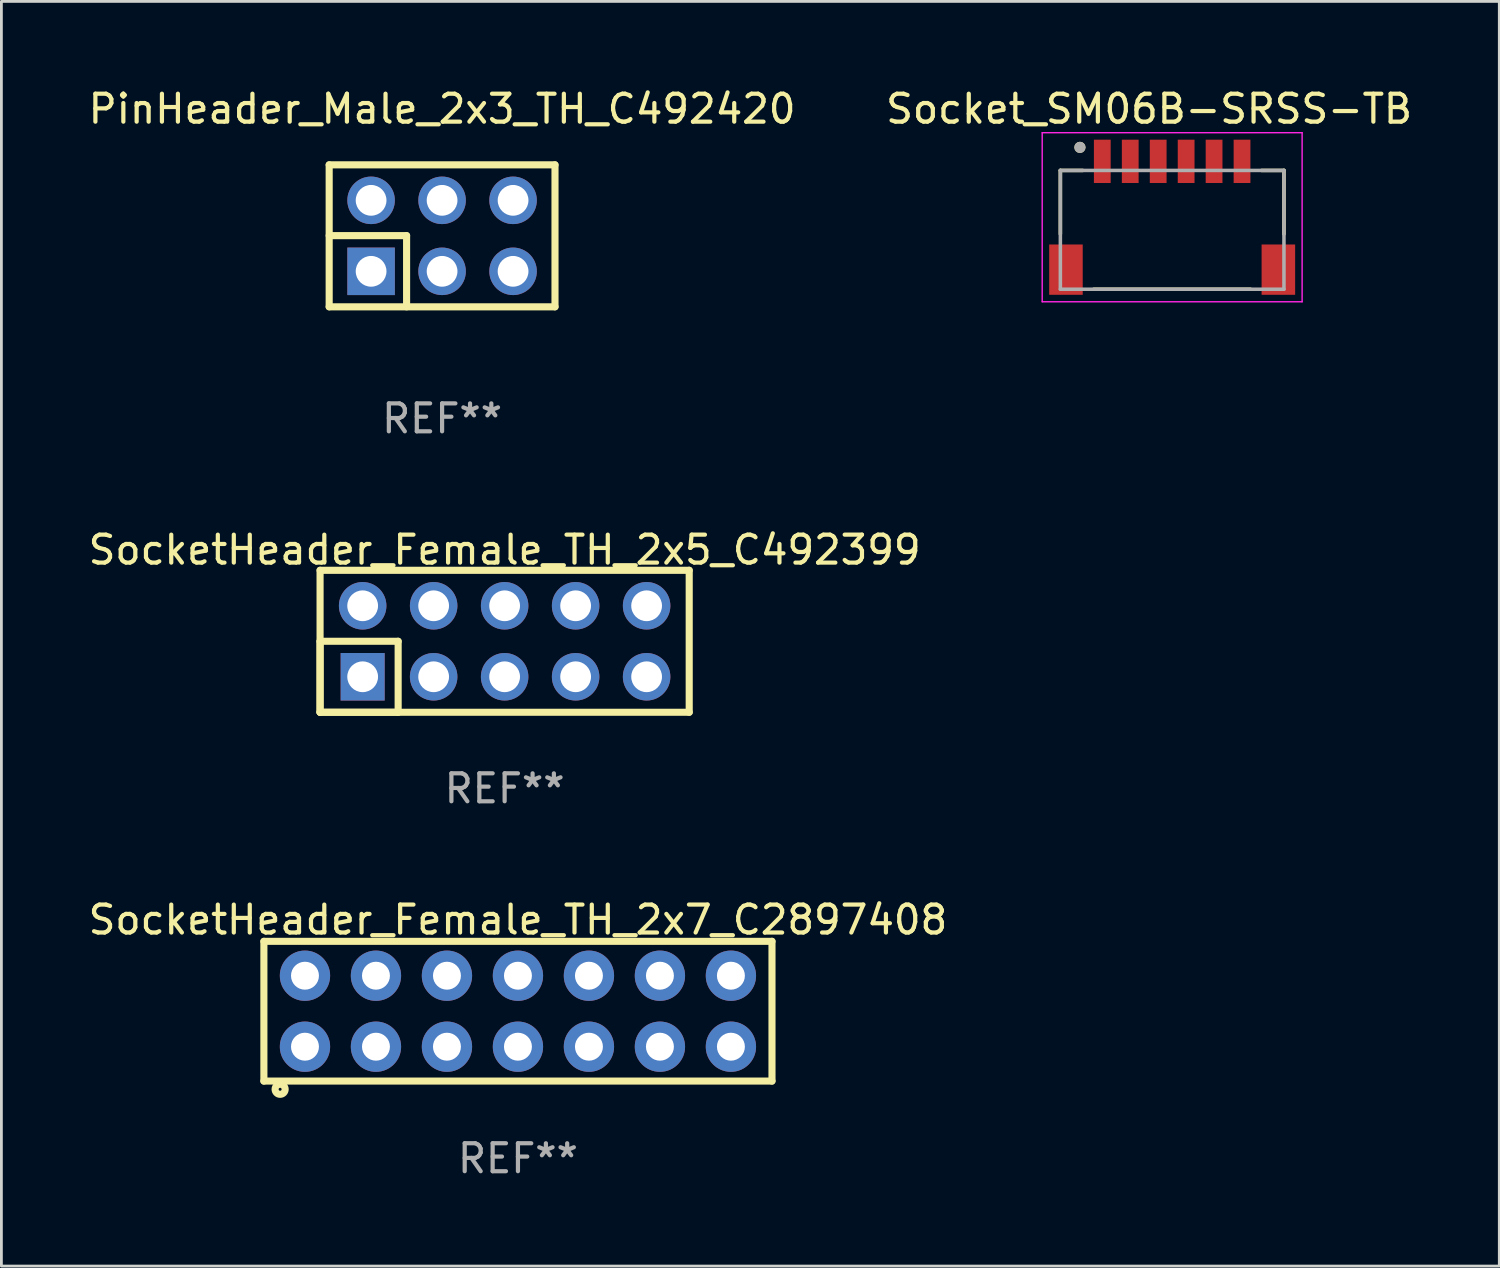
<source format=kicad_pcb>
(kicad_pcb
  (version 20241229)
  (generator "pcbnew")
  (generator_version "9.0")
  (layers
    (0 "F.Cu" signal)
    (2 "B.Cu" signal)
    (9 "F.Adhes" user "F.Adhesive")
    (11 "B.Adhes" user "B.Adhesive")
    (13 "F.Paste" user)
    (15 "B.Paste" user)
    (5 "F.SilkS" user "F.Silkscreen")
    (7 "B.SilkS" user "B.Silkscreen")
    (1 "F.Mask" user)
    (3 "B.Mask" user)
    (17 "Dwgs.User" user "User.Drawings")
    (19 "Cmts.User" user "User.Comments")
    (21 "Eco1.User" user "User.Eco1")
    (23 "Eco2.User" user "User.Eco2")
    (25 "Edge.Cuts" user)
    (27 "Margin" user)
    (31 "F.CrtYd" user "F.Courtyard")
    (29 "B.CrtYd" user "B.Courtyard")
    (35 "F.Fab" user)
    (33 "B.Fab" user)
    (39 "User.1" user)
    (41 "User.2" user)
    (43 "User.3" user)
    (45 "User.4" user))
  (footprint "SocketHeader_Female_TH_2x5_C492399"
    (layer "F.Cu")
    (at 15.006 19.895)
    (property "Reference" "SocketHeader_Female_TH_2x5_C492399" (at 0 -3.27 0) (layer "F.SilkS") (effects (font (size 1 1) (thickness 0.15))))
    (attr through_hole)
    (fp_line (start -6.604 -2.54) (end -6.604 2.54) (stroke (width 0.254) (type solid)) (layer "F.SilkS"))
    (fp_line (start -6.604 0) (end -6.604 2.54) (stroke (width 0.254) (type solid)) (layer "F.SilkS"))
    (fp_line (start -6.604 2.54) (end -3.81 2.54) (stroke (width 0.254) (type solid)) (layer "F.SilkS"))
    (fp_line (start -6.604 2.54) (end 6.604 2.54) (stroke (width 0.254) (type solid)) (layer "F.SilkS"))
    (fp_line (start -3.81 0) (end -6.604 0) (stroke (width 0.254) (type solid)) (layer "F.SilkS"))
    (fp_line (start -3.81 2.54) (end -3.81 0) (stroke (width 0.254) (type solid)) (layer "F.SilkS"))
    (fp_line (start 6.604 -2.54) (end -6.604 -2.54) (stroke (width 0.254) (type solid)) (layer "F.SilkS"))
    (fp_line (start 6.604 2.54) (end 6.604 -2.54) (stroke (width 0.254) (type solid)) (layer "F.SilkS"))
    (fp_circle (center -6.55 2.5) (end -6.52 2.5) (stroke (width 0.06) (type solid)) (fill no) (layer "F.SilkS"))
    (fp_text user "REF**" (at 0 5.27 0) (layer "F.Fab") (effects (font (size 1 1) (thickness 0.15))))
    (pad "1" thru_hole rect (at -5.08 1.27) (size 1.575 1.7) (drill 1.1) (layers "*.Cu" "*.Mask"))
    (pad "2" thru_hole circle (at -5.08 -1.27) (size 1.7 1.7) (drill 1.1) (layers "*.Cu" "*.Mask"))
    (pad "3" thru_hole circle (at -2.54 1.27) (size 1.7 1.7) (drill 1.1) (layers "*.Cu" "*.Mask"))
    (pad "4" thru_hole circle (at -2.54 -1.27) (size 1.7 1.7) (drill 1.1) (layers "*.Cu" "*.Mask"))
    (pad "5" thru_hole circle (at 0 1.27) (size 1.7 1.7) (drill 1.1) (layers "*.Cu" "*.Mask"))
    (pad "6" thru_hole circle (at 0 -1.27) (size 1.7 1.7) (drill 1.1) (layers "*.Cu" "*.Mask"))
    (pad "7" thru_hole circle (at 2.54 1.27) (size 1.7 1.7) (drill 1.1) (layers "*.Cu" "*.Mask"))
    (pad "8" thru_hole circle (at 2.54 -1.27) (size 1.7 1.7) (drill 1.1) (layers "*.Cu" "*.Mask"))
    (pad "9" thru_hole circle (at 5.08 1.27) (size 1.7 1.7) (drill 1.1) (layers "*.Cu" "*.Mask"))
    (pad "10" thru_hole circle (at 5.08 -1.27) (size 1.7 1.7) (drill 1.1) (layers "*.Cu" "*.Mask")))
  (footprint "SocketHeader_Female_TH_2x7_C2897408"
    (layer "F.Cu")
    (at 15.482 33.131)
    (property "Reference" "SocketHeader_Female_TH_2x7_C2897408" (at 0 -3.27 0) (layer "F.SilkS") (effects (font (size 1 1) (thickness 0.15))))
    (attr through_hole)
    (fp_line (start -9.09 -2.5) (end -9.09 2.5) (stroke (width 0.254) (type solid)) (layer "F.SilkS"))
    (fp_line (start -9.09 2.5) (end 9.09 2.5) (stroke (width 0.254) (type solid)) (layer "F.SilkS"))
    (fp_line (start 9.09 -2.5) (end -9.09 -2.5) (stroke (width 0.254) (type solid)) (layer "F.SilkS"))
    (fp_line (start 9.09 2.5) (end 9.09 -2.5) (stroke (width 0.254) (type solid)) (layer "F.SilkS"))
    (fp_circle (center -9.09 2.5) (end -9.06 2.5) (stroke (width 0.06) (type solid)) (fill no) (layer "F.SilkS"))
    (fp_circle (center -8.509 2.794) (end -8.329 2.794) (stroke (width 0.254) (type solid)) (fill no) (layer "F.SilkS"))
    (fp_text user "REF**" (at 0 5.27 0) (layer "F.Fab") (effects (font (size 1 1) (thickness 0.15))))
    (pad "1" thru_hole circle (at -7.62 1.27) (size 1.8 1.8) (drill 1) (layers "*.Cu" "*.Mask"))
    (pad "2" thru_hole circle (at -7.62 -1.27) (size 1.8 1.8) (drill 1) (layers "*.Cu" "*.Mask"))
    (pad "3" thru_hole circle (at -5.08 1.27) (size 1.8 1.8) (drill 1) (layers "*.Cu" "*.Mask"))
    (pad "4" thru_hole circle (at -5.08 -1.27) (size 1.8 1.8) (drill 1) (layers "*.Cu" "*.Mask"))
    (pad "5" thru_hole circle (at -2.54 1.27) (size 1.8 1.8) (drill 1) (layers "*.Cu" "*.Mask"))
    (pad "6" thru_hole circle (at -2.54 -1.27) (size 1.8 1.8) (drill 1) (layers "*.Cu" "*.Mask"))
    (pad "7" thru_hole circle (at 0 1.27) (size 1.8 1.8) (drill 1) (layers "*.Cu" "*.Mask"))
    (pad "8" thru_hole circle (at 0 -1.27) (size 1.8 1.8) (drill 1) (layers "*.Cu" "*.Mask"))
    (pad "9" thru_hole circle (at 2.54 1.27) (size 1.8 1.8) (drill 1) (layers "*.Cu" "*.Mask"))
    (pad "10" thru_hole circle (at 2.54 -1.27) (size 1.8 1.8) (drill 1) (layers "*.Cu" "*.Mask"))
    (pad "11" thru_hole circle (at 5.08 1.27) (size 1.8 1.8) (drill 1) (layers "*.Cu" "*.Mask"))
    (pad "12" thru_hole circle (at 5.08 -1.27) (size 1.8 1.8) (drill 1) (layers "*.Cu" "*.Mask"))
    (pad "13" thru_hole circle (at 7.62 1.27) (size 1.8 1.8) (drill 1) (layers "*.Cu" "*.Mask"))
    (pad "14" thru_hole circle (at 7.62 -1.27) (size 1.8 1.8) (drill 1) (layers "*.Cu" "*.Mask")))
  (footprint "Socket_SM06B-SRSS-TB"
    (layer "F.Cu")
    (at 38.89 2.723)
    (property "Reference" "Socket_SM06B-SRSS-TB" (at -0.825 -1.875 0) (layer "F.SilkS") (effects (font (size 1 1) (thickness 0.15))))
    (attr through_hole)
    (fp_line (start -4 0.325) (end -4 2.6) (stroke (width 0.127) (type solid)) (layer "F.SilkS"))
    (fp_line (start -3.2 0.325) (end -4 0.325) (stroke (width 0.127) (type solid)) (layer "F.SilkS"))
    (fp_line (start -2.8 4.575) (end 2.8 4.575) (stroke (width 0.127) (type solid)) (layer "F.SilkS"))
    (fp_line (start 3.2 0.325) (end 4 0.325) (stroke (width 0.127) (type solid)) (layer "F.SilkS"))
    (fp_line (start 4 0.325) (end 4 2.6) (stroke (width 0.127) (type solid)) (layer "F.SilkS"))
    (fp_circle (center -3.3 -0.5) (end -3.2 -0.5) (stroke (width 0.2) (type solid)) (fill no) (layer "F.SilkS"))
    (fp_line (start -4.65 -1.025) (end 4.65 -1.025) (stroke (width 0.05) (type solid)) (layer "F.CrtYd"))
    (fp_line (start -4.65 5.025) (end -4.65 -1.025) (stroke (width 0.05) (type solid)) (layer "F.CrtYd"))
    (fp_line (start 4.65 -1.025) (end 4.65 5.025) (stroke (width 0.05) (type solid)) (layer "F.CrtYd"))
    (fp_line (start 4.65 5.025) (end -4.65 5.025) (stroke (width 0.05) (type solid)) (layer "F.CrtYd"))
    (fp_line (start -4 0.325) (end 4 0.325) (stroke (width 0.127) (type solid)) (layer "F.Fab"))
    (fp_line (start -4 4.575) (end -4 0.325) (stroke (width 0.127) (type solid)) (layer "F.Fab"))
    (fp_line (start 4 0.325) (end 4 4.575) (stroke (width 0.127) (type solid)) (layer "F.Fab"))
    (fp_line (start 4 4.575) (end -4 4.575) (stroke (width 0.127) (type solid)) (layer "F.Fab"))
    (fp_circle (center -3.3 -0.5) (end -3.2 -0.5) (stroke (width 0.2) (type solid)) (fill no) (layer "F.Fab"))
    (pad "1" smd rect (at -2.5 0) (size 0.6 1.55) (layers "F.Cu" "F.Mask" "F.Paste"))
    (pad "2" smd rect (at -1.5 0) (size 0.6 1.55) (layers "F.Cu" "F.Mask" "F.Paste"))
    (pad "3" smd rect (at -0.5 0) (size 0.6 1.55) (layers "F.Cu" "F.Mask" "F.Paste"))
    (pad "4" smd rect (at 0.5 0) (size 0.6 1.55) (layers "F.Cu" "F.Mask" "F.Paste"))
    (pad "5" smd rect (at 1.5 0) (size 0.6 1.55) (layers "F.Cu" "F.Mask" "F.Paste"))
    (pad "6" smd rect (at 2.5 0) (size 0.6 1.55) (layers "F.Cu" "F.Mask" "F.Paste"))
    (pad "S1" smd rect (at -3.8 3.875) (size 1.2 1.8) (layers "F.Cu" "F.Mask" "F.Paste"))
    (pad "S2" smd rect (at 3.8 3.875) (size 1.2 1.8) (layers "F.Cu" "F.Mask" "F.Paste")))
  (footprint "PinHeader_Male_2x3_TH_C492420"
    (layer "F.Cu")
    (at 12.768 5.388)
    (property "Reference" "PinHeader_Male_2x3_TH_C492420" (at 0 -4.54 0) (layer "F.SilkS") (effects (font (size 1 1) (thickness 0.15))))
    (attr through_hole)
    (fp_line (start -4.04 -2.54) (end -4.04 2.54) (stroke (width 0.254) (type solid)) (layer "F.SilkS"))
    (fp_line (start -4.04 -2.54) (end 4.04 -2.54) (stroke (width 0.254) (type solid)) (layer "F.SilkS"))
    (fp_line (start -4.04 -0.007) (end -1.27 -0.007) (stroke (width 0.254) (type solid)) (layer "F.SilkS"))
    (fp_line (start -4.04 2.54) (end 4.04 2.54) (stroke (width 0.254) (type solid)) (layer "F.SilkS"))
    (fp_line (start -1.27 -0.007) (end -1.27 2.54) (stroke (width 0.254) (type solid)) (layer "F.SilkS"))
    (fp_line (start 4.04 -2.54) (end 4.04 2.54) (stroke (width 0.254) (type solid)) (layer "F.SilkS"))
    (fp_circle (center -3.81 2.5) (end -3.78 2.5) (stroke (width 0.06) (type solid)) (fill no) (layer "F.SilkS"))
    (fp_text user "REF**" (at 0 6.54 0) (layer "F.Fab") (effects (font (size 1 1) (thickness 0.15))))
    (pad "1" thru_hole rect (at -2.54 1.27) (size 1.7 1.7) (drill 1.1) (layers "*.Cu" "*.Mask"))
    (pad "2" thru_hole circle (at -2.54 -1.27) (size 1.7 1.7) (drill 1.1) (layers "*.Cu" "*.Mask"))
    (pad "3" thru_hole circle (at 0 1.27) (size 1.7 1.7) (drill 1.1) (layers "*.Cu" "*.Mask"))
    (pad "4" thru_hole circle (at 0 -1.27) (size 1.7 1.7) (drill 1.1) (layers "*.Cu" "*.Mask"))
    (pad "5" thru_hole circle (at 2.54 1.27) (size 1.7 1.7) (drill 1.1) (layers "*.Cu" "*.Mask"))
    (pad "6" thru_hole circle (at 2.54 -1.27) (size 1.7 1.7) (drill 1.1) (layers "*.Cu" "*.Mask")))
  (gr_rect
    (start -3 -3)
    (end 50.595 42.25)
    (stroke (width 0.1) (type default))
    (fill no)
    (layer "Edge.Cuts")))
</source>
